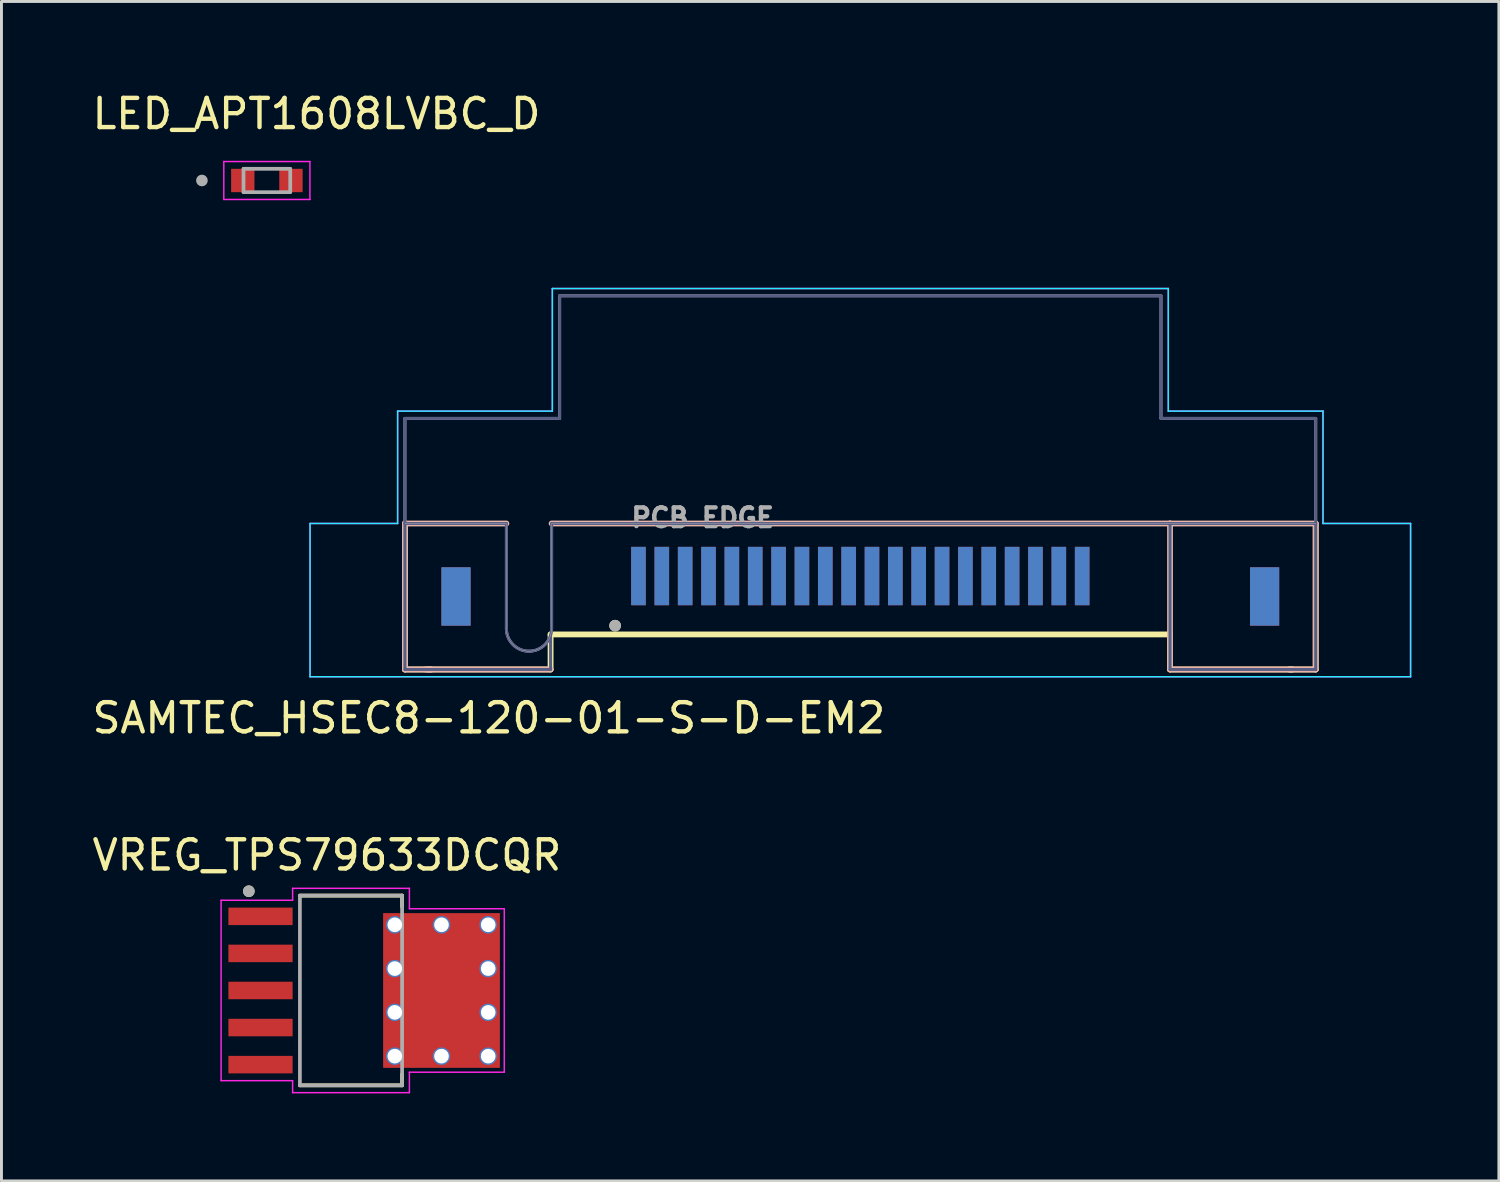
<source format=kicad_pcb>
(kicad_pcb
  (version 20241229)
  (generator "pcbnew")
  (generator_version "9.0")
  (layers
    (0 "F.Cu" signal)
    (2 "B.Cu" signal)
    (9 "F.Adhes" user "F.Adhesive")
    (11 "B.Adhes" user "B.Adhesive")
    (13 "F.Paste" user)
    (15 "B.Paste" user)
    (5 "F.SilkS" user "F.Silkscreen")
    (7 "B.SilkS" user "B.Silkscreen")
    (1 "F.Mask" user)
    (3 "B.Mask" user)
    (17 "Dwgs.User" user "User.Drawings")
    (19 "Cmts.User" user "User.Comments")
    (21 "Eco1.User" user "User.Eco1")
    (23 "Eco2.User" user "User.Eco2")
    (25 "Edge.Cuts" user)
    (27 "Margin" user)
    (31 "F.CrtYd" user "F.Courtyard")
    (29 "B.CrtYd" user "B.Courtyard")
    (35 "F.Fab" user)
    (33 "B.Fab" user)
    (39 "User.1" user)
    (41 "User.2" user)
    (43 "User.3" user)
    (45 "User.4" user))
  (footprint "LED_APT1608LVBC_D"
    (layer "F.Cu")
    (at 6.092 3.133)
    (property "Reference" "LED_APT1608LVBC_D" (at 1.7 -2.285 0) (layer "F.SilkS") (effects (font (size 1 1) (thickness 0.15))))
    (attr smd)
    (fp_line (start -1.475 -0.65) (end -1.475 0.65) (stroke (width 0.05) (type solid)) (layer "F.CrtYd"))
    (fp_line (start -1.475 0.65) (end 1.475 0.65) (stroke (width 0.05) (type solid)) (layer "F.CrtYd"))
    (fp_line (start 1.475 -0.65) (end -1.475 -0.65) (stroke (width 0.05) (type solid)) (layer "F.CrtYd"))
    (fp_line (start 1.475 0.65) (end 1.475 -0.65) (stroke (width 0.05) (type solid)) (layer "F.CrtYd"))
    (fp_line (start -0.8 -0.4) (end 0.8 -0.4) (stroke (width 0.127) (type solid)) (layer "F.Fab"))
    (fp_line (start -0.8 0.4) (end -0.8 -0.4) (stroke (width 0.127) (type solid)) (layer "F.Fab"))
    (fp_line (start 0.8 -0.4) (end 0.8 0.4) (stroke (width 0.127) (type solid)) (layer "F.Fab"))
    (fp_line (start 0.8 0.4) (end -0.8 0.4) (stroke (width 0.127) (type solid)) (layer "F.Fab"))
    (fp_circle (center -2.225 0) (end -2.125 0) (stroke (width 0.2) (type solid)) (fill no) (layer "F.Fab"))
    (pad "1" smd rect (at -0.825 0) (size 0.8 0.8) (layers "F.Cu" "F.Mask" "F.Paste"))
    (pad "2" smd rect (at 0.825 0) (size 0.8 0.8) (layers "F.Cu" "F.Mask" "F.Paste")))
  (footprint "SAMTEC_HSEC8-120-01-S-D-EM2"
    (layer "F.Cu")
    (at 26.421 16.683)
    (property "Reference" "SAMTEC_HSEC8-120-01-S-D-EM2" (at -12.725 4.865 180) (layer "F.SilkS") (effects (font (size 1 1) (thickness 0.15))))
    (attr smd)
    (fp_line (start -15.6 3.2) (end -15.6 -1.8) (stroke (width 0.2) (type solid)) (layer "F.SilkS"))
    (fp_line (start -14.7 3.2) (end -15.6 3.2) (stroke (width 0.2) (type solid)) (layer "F.SilkS"))
    (fp_line (start -10.61 2) (end 10.61 2) (stroke (width 0.2) (type solid)) (layer "F.SilkS"))
    (fp_line (start -10.61 3.2) (end -14.8 3.2) (stroke (width 0.2) (type solid)) (layer "F.SilkS"))
    (fp_line (start -10.61 3.2) (end -10.61 2) (stroke (width 0.2) (type solid)) (layer "F.SilkS"))
    (fp_line (start 10.61 2) (end 10.61 3.2) (stroke (width 0.2) (type solid)) (layer "F.SilkS"))
    (fp_line (start 14.8 3.2) (end 10.61 3.2) (stroke (width 0.2) (type solid)) (layer "F.SilkS"))
    (fp_line (start 15.6 -1.8) (end 15.6 3.2) (stroke (width 0.2) (type solid)) (layer "F.SilkS"))
    (fp_line (start 15.6 3.2) (end 14.7 3.2) (stroke (width 0.2) (type solid)) (layer "F.SilkS"))
    (fp_circle (center -8.4 1.7) (end -8.3 1.7) (stroke (width 0.2) (type solid)) (fill no) (layer "F.SilkS"))
    (fp_line (start -15.6 -1.8) (end -12.124 -1.8) (stroke (width 0.2) (type solid)) (layer "B.SilkS"))
    (fp_line (start -15.6 3.2) (end -15.6 -1.8) (stroke (width 0.2) (type solid)) (layer "B.SilkS"))
    (fp_line (start -14.7 3.2) (end -15.6 3.2) (stroke (width 0.2) (type solid)) (layer "B.SilkS"))
    (fp_line (start -10.61 3.2) (end -14.9 3.2) (stroke (width 0.2) (type solid)) (layer "B.SilkS"))
    (fp_line (start -10.575 -1.8) (end 10.61 -1.8) (stroke (width 0.2) (type solid)) (layer "B.SilkS"))
    (fp_line (start 10.61 -1.8) (end 15.6 -1.8) (stroke (width 0.2) (type solid)) (layer "B.SilkS"))
    (fp_line (start 10.61 3.2) (end 10.61 -1.8) (stroke (width 0.2) (type solid)) (layer "B.SilkS"))
    (fp_line (start 14.8 3.2) (end 10.61 3.2) (stroke (width 0.2) (type solid)) (layer "B.SilkS"))
    (fp_line (start 15.6 -1.8) (end 15.6 3.2) (stroke (width 0.2) (type solid)) (layer "B.SilkS"))
    (fp_line (start 15.6 3.2) (end 14.7 3.2) (stroke (width 0.2) (type solid)) (layer "B.SilkS"))
    (fp_line (start -12.124 -1.8) (end -15.6 -1.8) (stroke (width 0.01) (type solid)) (layer "Edge.Cuts"))
    (fp_line (start -12.124 -1.8) (end -12.124 1.8) (stroke (width 0.01) (type solid)) (layer "Edge.Cuts"))
    (fp_line (start -10.575 1.8) (end -10.575 -1.8) (stroke (width 0.01) (type solid)) (layer "Edge.Cuts"))
    (fp_line (start 15.6 -1.8) (end -10.575 -1.8) (stroke (width 0.01) (type solid)) (layer "Edge.Cuts"))
    (fp_arc (start -11.35 2.575) (mid -11.897654 2.348154) (end -12.1245 1.8005) (stroke (width 0.01) (type solid)) (layer "Edge.Cuts"))
    (fp_arc (start -10.5755 1.8005) (mid -10.802346 2.348154) (end -11.35 2.575) (stroke (width 0.01) (type solid)) (layer "Edge.Cuts"))
    (fp_line (start -18.85 -1.8) (end -15.85 -1.8) (stroke (width 0.05) (type solid)) (layer "B.CrtYd"))
    (fp_line (start -18.85 3.45) (end -18.85 -1.8) (stroke (width 0.05) (type solid)) (layer "B.CrtYd"))
    (fp_line (start -18.85 3.45) (end 18.85 3.45) (stroke (width 0.05) (type solid)) (layer "B.CrtYd"))
    (fp_line (start -15.85 -5.65) (end -10.55 -5.65) (stroke (width 0.05) (type solid)) (layer "B.CrtYd"))
    (fp_line (start -15.85 -1.8) (end -15.85 -5.65) (stroke (width 0.05) (type solid)) (layer "B.CrtYd"))
    (fp_line (start -10.55 -9.85) (end 10.55 -9.85) (stroke (width 0.05) (type solid)) (layer "B.CrtYd"))
    (fp_line (start -10.55 -5.65) (end -10.55 -9.85) (stroke (width 0.05) (type solid)) (layer "B.CrtYd"))
    (fp_line (start 10.55 -9.85) (end 10.55 -5.65) (stroke (width 0.05) (type solid)) (layer "B.CrtYd"))
    (fp_line (start 10.55 -5.65) (end 15.85 -5.65) (stroke (width 0.05) (type solid)) (layer "B.CrtYd"))
    (fp_line (start 15.85 -5.65) (end 15.85 -1.8) (stroke (width 0.05) (type solid)) (layer "B.CrtYd"))
    (fp_line (start 15.85 -1.8) (end 18.85 -1.8) (stroke (width 0.05) (type solid)) (layer "B.CrtYd"))
    (fp_line (start 18.85 -1.8) (end 18.85 3.45) (stroke (width 0.05) (type solid)) (layer "B.CrtYd"))
    (fp_line (start -18.85 -1.8) (end -15.85 -1.8) (stroke (width 0.05) (type solid)) (layer "F.CrtYd"))
    (fp_line (start -18.85 3.45) (end -18.85 -1.8) (stroke (width 0.05) (type solid)) (layer "F.CrtYd"))
    (fp_line (start -18.85 3.45) (end 18.85 3.45) (stroke (width 0.05) (type solid)) (layer "F.CrtYd"))
    (fp_line (start -15.85 -5.65) (end -10.55 -5.65) (stroke (width 0.05) (type solid)) (layer "F.CrtYd"))
    (fp_line (start -15.85 -1.8) (end -15.85 -5.65) (stroke (width 0.05) (type solid)) (layer "F.CrtYd"))
    (fp_line (start -10.55 -9.85) (end 10.55 -9.85) (stroke (width 0.05) (type solid)) (layer "F.CrtYd"))
    (fp_line (start -10.55 -5.65) (end -10.55 -9.85) (stroke (width 0.05) (type solid)) (layer "F.CrtYd"))
    (fp_line (start 10.55 -9.85) (end 10.55 -5.65) (stroke (width 0.05) (type solid)) (layer "F.CrtYd"))
    (fp_line (start 10.55 -5.65) (end 15.85 -5.65) (stroke (width 0.05) (type solid)) (layer "F.CrtYd"))
    (fp_line (start 15.85 -5.65) (end 15.85 -1.8) (stroke (width 0.05) (type solid)) (layer "F.CrtYd"))
    (fp_line (start 15.85 -1.8) (end 18.85 -1.8) (stroke (width 0.05) (type solid)) (layer "F.CrtYd"))
    (fp_line (start 18.85 -1.8) (end 18.85 3.45) (stroke (width 0.05) (type solid)) (layer "F.CrtYd"))
    (fp_line (start -15.6 -5.4) (end -10.3 -5.4) (stroke (width 0.1) (type solid)) (layer "B.Fab"))
    (fp_line (start -15.6 -1.8) (end -15.6 -5.4) (stroke (width 0.1) (type solid)) (layer "B.Fab"))
    (fp_line (start -15.6 -1.8) (end -12.124 -1.8) (stroke (width 0.1) (type solid)) (layer "B.Fab"))
    (fp_line (start -15.6 3.2) (end -15.6 -1.8) (stroke (width 0.1) (type solid)) (layer "B.Fab"))
    (fp_line (start -12.124 -1.8) (end -12.124 1.8) (stroke (width 0.1) (type solid)) (layer "B.Fab"))
    (fp_line (start -10.61 3.2) (end -15.6 3.2) (stroke (width 0.1) (type solid)) (layer "B.Fab"))
    (fp_line (start -10.61 3.2) (end -10.61 2.03) (stroke (width 0.1) (type solid)) (layer "B.Fab"))
    (fp_line (start -10.575 -1.8) (end 10.61 -1.8) (stroke (width 0.1) (type solid)) (layer "B.Fab"))
    (fp_line (start -10.575 1.8) (end -10.575 -1.8) (stroke (width 0.1) (type solid)) (layer "B.Fab"))
    (fp_line (start -10.3 -9.6) (end 10.3 -9.6) (stroke (width 0.1) (type solid)) (layer "B.Fab"))
    (fp_line (start -10.3 -5.4) (end -10.3 -9.6) (stroke (width 0.1) (type solid)) (layer "B.Fab"))
    (fp_line (start 10.3 -9.6) (end 10.3 -5.4) (stroke (width 0.1) (type solid)) (layer "B.Fab"))
    (fp_line (start 10.3 -5.4) (end 15.6 -5.4) (stroke (width 0.1) (type solid)) (layer "B.Fab"))
    (fp_line (start 10.61 -1.8) (end 15.6 -1.8) (stroke (width 0.1) (type solid)) (layer "B.Fab"))
    (fp_line (start 10.61 3.2) (end 10.61 -1.8) (stroke (width 0.1) (type solid)) (layer "B.Fab"))
    (fp_line (start 15.6 -5.4) (end 15.6 -1.8) (stroke (width 0.1) (type solid)) (layer "B.Fab"))
    (fp_line (start 15.6 -1.8) (end 15.6 3.2) (stroke (width 0.1) (type solid)) (layer "B.Fab"))
    (fp_line (start 15.6 3.2) (end 10.61 3.2) (stroke (width 0.1) (type solid)) (layer "B.Fab"))
    (fp_arc (start -11.35 2.575) (mid -11.897654 2.348154) (end -12.1245 1.8005) (stroke (width 0.1) (type solid)) (layer "B.Fab"))
    (fp_arc (start -10.5755 1.8005) (mid -10.802346 2.348154) (end -11.35 2.575) (stroke (width 0.1) (type solid)) (layer "B.Fab"))
    (fp_line (start -15.6 -5.4) (end -10.3 -5.4) (stroke (width 0.1) (type solid)) (layer "F.Fab"))
    (fp_line (start -15.6 -1.8) (end -15.6 -5.4) (stroke (width 0.1) (type solid)) (layer "F.Fab"))
    (fp_line (start -15.6 -1.8) (end -12.124 -1.8) (stroke (width 0.1) (type solid)) (layer "F.Fab"))
    (fp_line (start -15.6 3.2) (end -15.6 -1.8) (stroke (width 0.1) (type solid)) (layer "F.Fab"))
    (fp_line (start -12.124 -1.8) (end -12.124 1.8) (stroke (width 0.1) (type solid)) (layer "F.Fab"))
    (fp_line (start -10.61 3.2) (end -15.6 3.2) (stroke (width 0.1) (type solid)) (layer "F.Fab"))
    (fp_line (start -10.61 3.2) (end -10.61 2.03) (stroke (width 0.1) (type solid)) (layer "F.Fab"))
    (fp_line (start -10.575 -1.8) (end 10.61 -1.8) (stroke (width 0.1) (type solid)) (layer "F.Fab"))
    (fp_line (start -10.575 1.8) (end -10.575 -1.8) (stroke (width 0.1) (type solid)) (layer "F.Fab"))
    (fp_line (start -10.3 -9.6) (end 10.3 -9.6) (stroke (width 0.1) (type solid)) (layer "F.Fab"))
    (fp_line (start -10.3 -5.4) (end -10.3 -9.6) (stroke (width 0.1) (type solid)) (layer "F.Fab"))
    (fp_line (start 10.3 -9.6) (end 10.3 -5.4) (stroke (width 0.1) (type solid)) (layer "F.Fab"))
    (fp_line (start 10.3 -5.4) (end 15.6 -5.4) (stroke (width 0.1) (type solid)) (layer "F.Fab"))
    (fp_line (start 10.61 -1.8) (end 15.6 -1.8) (stroke (width 0.1) (type solid)) (layer "F.Fab"))
    (fp_line (start 10.61 3.2) (end 10.61 -1.8) (stroke (width 0.1) (type solid)) (layer "F.Fab"))
    (fp_line (start 15.6 -5.4) (end 15.6 -1.8) (stroke (width 0.1) (type solid)) (layer "F.Fab"))
    (fp_line (start 15.6 -1.8) (end 15.6 3.2) (stroke (width 0.1) (type solid)) (layer "F.Fab"))
    (fp_line (start 15.6 3.2) (end 10.61 3.2) (stroke (width 0.1) (type solid)) (layer "F.Fab"))
    (fp_arc (start -11.35 2.575) (mid -11.897654 2.348154) (end -12.1245 1.8005) (stroke (width 0.1) (type solid)) (layer "F.Fab"))
    (fp_arc (start -10.5755 1.8005) (mid -10.802346 2.348154) (end -11.35 2.575) (stroke (width 0.1) (type solid)) (layer "F.Fab"))
    (fp_circle (center -8.4 1.7) (end -8.3 1.7) (stroke (width 0.2) (type solid)) (fill no) (layer "F.Fab"))
    (fp_text user "PCB EDGE" (at -5.4 -2 180) (layer "F.Fab") (effects (font (size 0.64 0.64) (thickness 0.15))))
    (pad "01" smd rect (at -7.6 0) (size 0.5 2) (layers "F.Cu" "F.Mask" "F.Paste"))
    (pad "02" smd rect (at -7.6 0) (size 0.5 2) (layers "B.Cu" "B.Mask" "B.Paste"))
    (pad "03" smd rect (at -6.8 0) (size 0.5 2) (layers "F.Cu" "F.Mask" "F.Paste"))
    (pad "04" smd rect (at -6.8 0) (size 0.5 2) (layers "B.Cu" "B.Mask" "B.Paste"))
    (pad "05" smd rect (at -6 0) (size 0.5 2) (layers "F.Cu" "F.Mask" "F.Paste"))
    (pad "06" smd rect (at -6 0) (size 0.5 2) (layers "B.Cu" "B.Mask" "B.Paste"))
    (pad "07" smd rect (at -5.2 0) (size 0.5 2) (layers "F.Cu" "F.Mask" "F.Paste"))
    (pad "08" smd rect (at -5.2 0) (size 0.5 2) (layers "B.Cu" "B.Mask" "B.Paste"))
    (pad "09" smd rect (at -4.4 0) (size 0.5 2) (layers "F.Cu" "F.Mask" "F.Paste"))
    (pad "10" smd rect (at -4.4 0) (size 0.5 2) (layers "B.Cu" "B.Mask" "B.Paste"))
    (pad "11" smd rect (at -3.6 0) (size 0.5 2) (layers "F.Cu" "F.Mask" "F.Paste"))
    (pad "12" smd rect (at -3.6 0) (size 0.5 2) (layers "B.Cu" "B.Mask" "B.Paste"))
    (pad "13" smd rect (at -2.8 0) (size 0.5 2) (layers "F.Cu" "F.Mask" "F.Paste"))
    (pad "14" smd rect (at -2.8 0) (size 0.5 2) (layers "B.Cu" "B.Mask" "B.Paste"))
    (pad "15" smd rect (at -2 0) (size 0.5 2) (layers "F.Cu" "F.Mask" "F.Paste"))
    (pad "16" smd rect (at -2 0) (size 0.5 2) (layers "B.Cu" "B.Mask" "B.Paste"))
    (pad "17" smd rect (at -1.2 0) (size 0.5 2) (layers "F.Cu" "F.Mask" "F.Paste"))
    (pad "18" smd rect (at -1.2 0) (size 0.5 2) (layers "B.Cu" "B.Mask" "B.Paste"))
    (pad "19" smd rect (at -0.4 0) (size 0.5 2) (layers "F.Cu" "F.Mask" "F.Paste"))
    (pad "20" smd rect (at -0.4 0) (size 0.5 2) (layers "B.Cu" "B.Mask" "B.Paste"))
    (pad "21" smd rect (at 0.4 0) (size 0.5 2) (layers "F.Cu" "F.Mask" "F.Paste"))
    (pad "22" smd rect (at 0.4 0) (size 0.5 2) (layers "B.Cu" "B.Mask" "B.Paste"))
    (pad "23" smd rect (at 1.2 0) (size 0.5 2) (layers "F.Cu" "F.Mask" "F.Paste"))
    (pad "24" smd rect (at 1.2 0) (size 0.5 2) (layers "B.Cu" "B.Mask" "B.Paste"))
    (pad "25" smd rect (at 2 0) (size 0.5 2) (layers "F.Cu" "F.Mask" "F.Paste"))
    (pad "26" smd rect (at 2 0) (size 0.5 2) (layers "B.Cu" "B.Mask" "B.Paste"))
    (pad "27" smd rect (at 2.8 0) (size 0.5 2) (layers "F.Cu" "F.Mask" "F.Paste"))
    (pad "28" smd rect (at 2.8 0) (size 0.5 2) (layers "B.Cu" "B.Mask" "B.Paste"))
    (pad "29" smd rect (at 3.6 0) (size 0.5 2) (layers "F.Cu" "F.Mask" "F.Paste"))
    (pad "30" smd rect (at 3.6 0) (size 0.5 2) (layers "B.Cu" "B.Mask" "B.Paste"))
    (pad "31" smd rect (at 4.4 0) (size 0.5 2) (layers "F.Cu" "F.Mask" "F.Paste"))
    (pad "32" smd rect (at 4.4 0) (size 0.5 2) (layers "B.Cu" "B.Mask" "B.Paste"))
    (pad "33" smd rect (at 5.2 0) (size 0.5 2) (layers "F.Cu" "F.Mask" "F.Paste"))
    (pad "34" smd rect (at 5.2 0) (size 0.5 2) (layers "B.Cu" "B.Mask" "B.Paste"))
    (pad "35" smd rect (at 6 0) (size 0.5 2) (layers "F.Cu" "F.Mask" "F.Paste"))
    (pad "36" smd rect (at 6 0) (size 0.5 2) (layers "B.Cu" "B.Mask" "B.Paste"))
    (pad "37" smd rect (at 6.8 0) (size 0.5 2) (layers "F.Cu" "F.Mask" "F.Paste"))
    (pad "38" smd rect (at 6.8 0) (size 0.5 2) (layers "B.Cu" "B.Mask" "B.Paste"))
    (pad "39" smd rect (at 7.6 0) (size 0.5 2) (layers "F.Cu" "F.Mask" "F.Paste"))
    (pad "40" smd rect (at 7.6 0) (size 0.5 2) (layers "B.Cu" "B.Mask" "B.Paste"))
    (pad "S1" smd rect (at -13.85 0.7) (size 1 2) (layers "F.Cu" "F.Mask" "F.Paste"))
    (pad "S2" smd rect (at -13.85 0.7) (size 1 2) (layers "B.Cu" "B.Mask" "B.Paste"))
    (pad "S3" smd rect (at 13.85 0.7) (size 1 2) (layers "F.Cu" "F.Mask" "F.Paste"))
    (pad "S4" smd rect (at 13.85 0.7) (size 1 2) (layers "B.Cu" "B.Mask" "B.Paste")))
  (footprint "VREG_TPS79633DCQR"
    (layer "F.Cu")
    (at 8.974 30.88)
    (property "Reference" "VREG_TPS79633DCQR" (at -0.825 -4.635 0) (layer "F.SilkS") (effects (font (size 1 1) (thickness 0.15))))
    (attr through_hole)
    (fp_poly (pts (xy -4.27 -2.91) (xy -1.93 -2.91) (xy -1.93 -2.17) (xy -4.27 -2.17)) (stroke (width 0.01) (type solid)) (fill yes) (layer "F.Mask"))
    (fp_poly (pts (xy -4.27 -1.64) (xy -1.93 -1.64) (xy -1.93 -0.9) (xy -4.27 -0.9)) (stroke (width 0.01) (type solid)) (fill yes) (layer "F.Mask"))
    (fp_poly (pts (xy -4.27 -0.37) (xy -1.93 -0.37) (xy -1.93 0.37) (xy -4.27 0.37)) (stroke (width 0.01) (type solid)) (fill yes) (layer "F.Mask"))
    (fp_poly (pts (xy -4.27 0.9) (xy -1.93 0.9) (xy -1.93 1.64) (xy -4.27 1.64)) (stroke (width 0.01) (type solid)) (fill yes) (layer "F.Mask"))
    (fp_poly (pts (xy -4.27 2.17) (xy -1.93 2.17) (xy -1.93 2.91) (xy -4.27 2.91)) (stroke (width 0.01) (type solid)) (fill yes) (layer "F.Mask"))
    (fp_poly (pts (xy 2 -1.75) (xy 4.2 -1.75) (xy 4.2 1.75) (xy 2 1.75)) (stroke (width 0.01) (type solid)) (fill yes) (layer "F.Mask"))
    (fp_line (start -1.75 -3.25) (end 1.75 -3.25) (stroke (width 0.127) (type solid)) (layer "F.SilkS"))
    (fp_line (start 1.75 -3.25) (end 1.75 -2.87) (stroke (width 0.127) (type solid)) (layer "F.SilkS"))
    (fp_line (start 1.75 2.87) (end 1.75 3.25) (stroke (width 0.127) (type solid)) (layer "F.SilkS"))
    (fp_line (start 1.75 3.25) (end -1.75 3.25) (stroke (width 0.127) (type solid)) (layer "F.SilkS"))
    (fp_circle (center -3.5 -3.4) (end -3.4 -3.4) (stroke (width 0.2) (type solid)) (fill no) (layer "F.SilkS"))
    (fp_poly (pts (xy -4.175 -2.815) (xy -2.025 -2.815) (xy -2.025 -2.265) (xy -4.175 -2.265)) (stroke (width 0.01) (type solid)) (fill yes) (layer "F.Paste"))
    (fp_poly (pts (xy -4.175 -1.545) (xy -2.025 -1.545) (xy -2.025 -0.995) (xy -4.175 -0.995)) (stroke (width 0.01) (type solid)) (fill yes) (layer "F.Paste"))
    (fp_poly (pts (xy -4.175 -0.275) (xy -2.025 -0.275) (xy -2.025 0.275) (xy -4.175 0.275)) (stroke (width 0.01) (type solid)) (fill yes) (layer "F.Paste"))
    (fp_poly (pts (xy -4.175 0.995) (xy -2.025 0.995) (xy -2.025 1.545) (xy -4.175 1.545)) (stroke (width 0.01) (type solid)) (fill yes) (layer "F.Paste"))
    (fp_poly (pts (xy -4.175 2.265) (xy -2.025 2.265) (xy -2.025 2.815) (xy -4.175 2.815)) (stroke (width 0.01) (type solid)) (fill yes) (layer "F.Paste"))
    (fp_poly (pts (xy 2.025 -1.725) (xy 4.175 -1.725) (xy 4.175 1.725) (xy 2.025 1.725)) (stroke (width 0.01) (type solid)) (fill yes) (layer "F.Paste"))
    (fp_line (start -4.45 -3.09) (end -2 -3.09) (stroke (width 0.05) (type solid)) (layer "F.CrtYd"))
    (fp_line (start -4.45 3.09) (end -4.45 -3.09) (stroke (width 0.05) (type solid)) (layer "F.CrtYd"))
    (fp_line (start -2 -3.5) (end 2 -3.5) (stroke (width 0.05) (type solid)) (layer "F.CrtYd"))
    (fp_line (start -2 -3.09) (end -2 -3.5) (stroke (width 0.05) (type solid)) (layer "F.CrtYd"))
    (fp_line (start -2 3.09) (end -4.45 3.09) (stroke (width 0.05) (type solid)) (layer "F.CrtYd"))
    (fp_line (start -2 3.5) (end -2 3.09) (stroke (width 0.05) (type solid)) (layer "F.CrtYd"))
    (fp_line (start 2 -3.5) (end 2 -2.8) (stroke (width 0.05) (type solid)) (layer "F.CrtYd"))
    (fp_line (start 2 -2.8) (end 5.25 -2.8) (stroke (width 0.05) (type solid)) (layer "F.CrtYd"))
    (fp_line (start 2 2.8) (end 2 3.5) (stroke (width 0.05) (type solid)) (layer "F.CrtYd"))
    (fp_line (start 2 3.5) (end -2 3.5) (stroke (width 0.05) (type solid)) (layer "F.CrtYd"))
    (fp_line (start 5.25 -2.8) (end 5.25 2.8) (stroke (width 0.05) (type solid)) (layer "F.CrtYd"))
    (fp_line (start 5.25 2.8) (end 2 2.8) (stroke (width 0.05) (type solid)) (layer "F.CrtYd"))
    (fp_line (start -1.75 -3.25) (end -1.75 3.25) (stroke (width 0.127) (type solid)) (layer "F.Fab"))
    (fp_line (start -1.75 3.25) (end 1.75 3.25) (stroke (width 0.127) (type solid)) (layer "F.Fab"))
    (fp_line (start 1.75 -3.25) (end -1.75 -3.25) (stroke (width 0.127) (type solid)) (layer "F.Fab"))
    (fp_line (start 1.75 3.25) (end 1.75 -3.25) (stroke (width 0.127) (type solid)) (layer "F.Fab"))
    (fp_circle (center -3.5 -3.4) (end -3.4 -3.4) (stroke (width 0.2) (type solid)) (fill no) (layer "F.Fab"))
    (pad "1" smd rect (at -3.1 -2.54) (size 2.2 0.6) (layers "F.Cu"))
    (pad "2" smd rect (at -3.1 -1.27) (size 2.2 0.6) (layers "F.Cu"))
    (pad "3" smd rect (at -3.1 0) (size 2.2 0.6) (layers "F.Cu"))
    (pad "4" smd rect (at -3.1 1.27) (size 2.2 0.6) (layers "F.Cu"))
    (pad "5" smd rect (at -3.1 2.54) (size 2.2 0.6) (layers "F.Cu"))
    (pad "6" smd rect (at 3.1 0) (size 4 5.3) (layers "F.Cu"))
    (pad "7" thru_hole circle (at 4.7 2.25) (size 0.6 0.6) (drill 0.5) (layers "*.Cu"))
    (pad "8" thru_hole circle (at 4.7 0.75) (size 0.6 0.6) (drill 0.5) (layers "*.Cu"))
    (pad "9" thru_hole circle (at 4.7 -0.75) (size 0.6 0.6) (drill 0.5) (layers "*.Cu"))
    (pad "10" thru_hole circle (at 4.7 -2.25) (size 0.6 0.6) (drill 0.5) (layers "*.Cu"))
    (pad "11" thru_hole circle (at 3.1 2.25) (size 0.6 0.6) (drill 0.5) (layers "*.Cu"))
    (pad "12" thru_hole circle (at 3.1 -2.25) (size 0.6 0.6) (drill 0.5) (layers "*.Cu"))
    (pad "13" thru_hole circle (at 1.5 2.25) (size 0.6 0.6) (drill 0.5) (layers "*.Cu"))
    (pad "14" thru_hole circle (at 1.5 0.75) (size 0.6 0.6) (drill 0.5) (layers "*.Cu"))
    (pad "15" thru_hole circle (at 1.5 -0.75) (size 0.6 0.6) (drill 0.5) (layers "*.Cu"))
    (pad "16" thru_hole circle (at 1.5 -2.25) (size 0.6 0.6) (drill 0.5) (layers "*.Cu")))
  (gr_rect
    (start -3 -3)
    (end 48.296 37.405)
    (stroke (width 0.1) (type default))
    (fill no)
    (layer "Edge.Cuts")))
</source>
